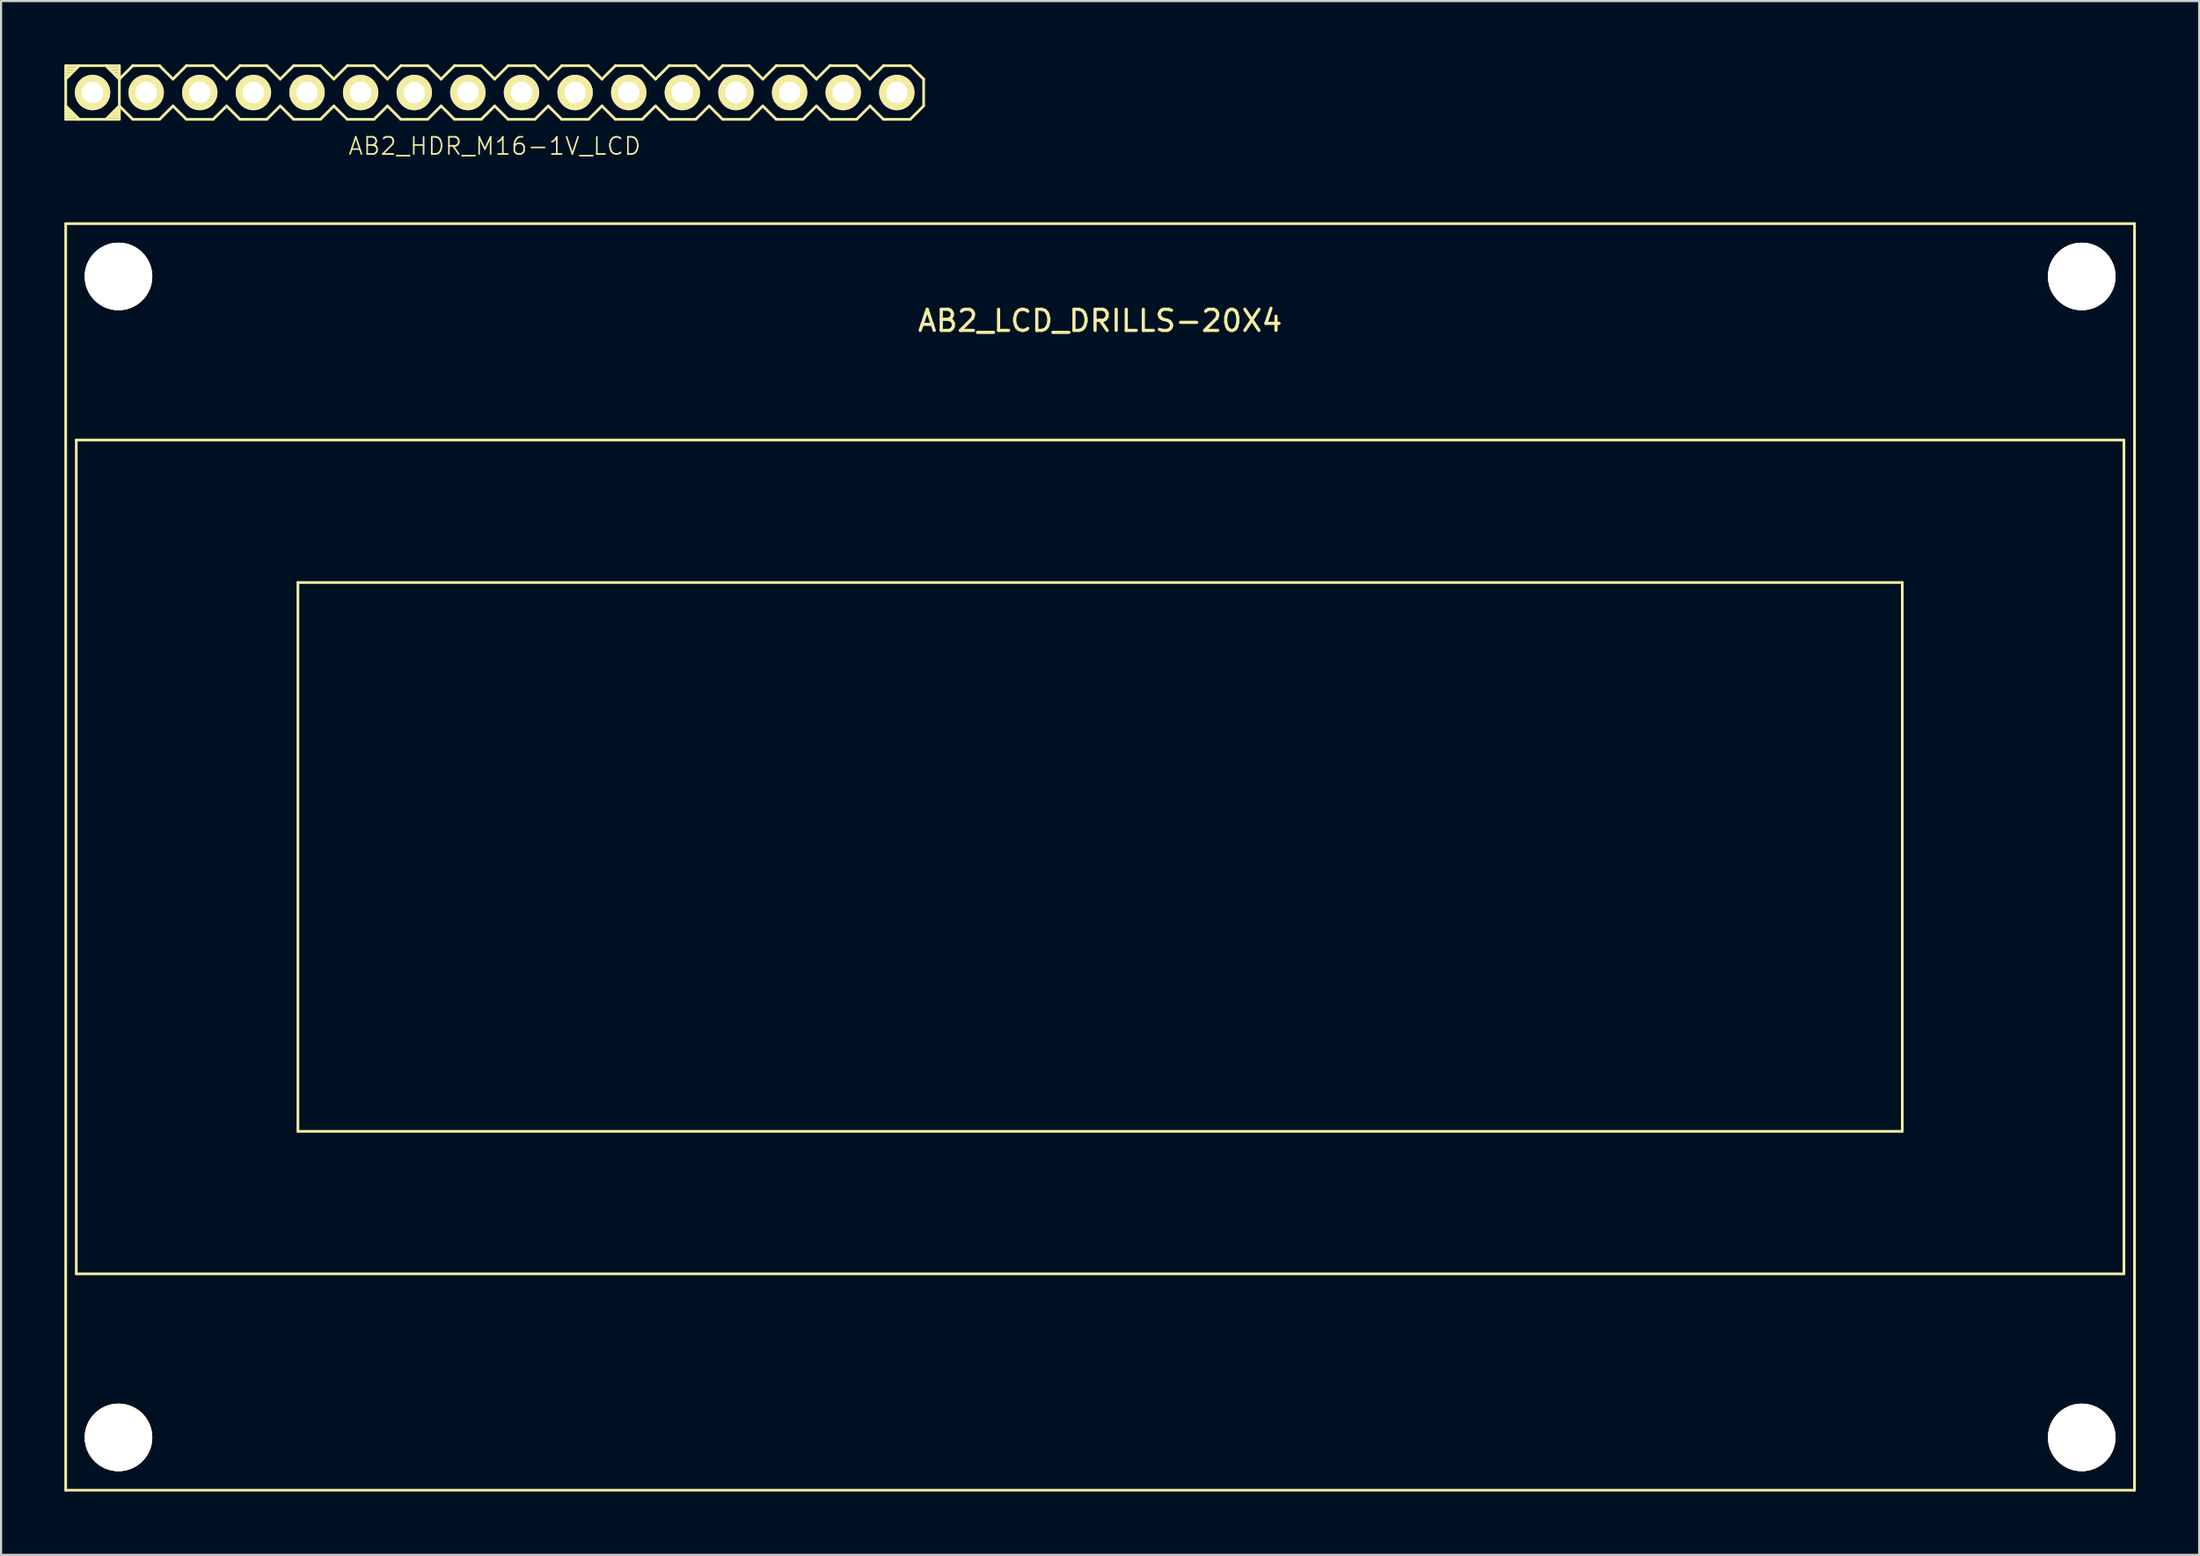
<source format=kicad_pcb>
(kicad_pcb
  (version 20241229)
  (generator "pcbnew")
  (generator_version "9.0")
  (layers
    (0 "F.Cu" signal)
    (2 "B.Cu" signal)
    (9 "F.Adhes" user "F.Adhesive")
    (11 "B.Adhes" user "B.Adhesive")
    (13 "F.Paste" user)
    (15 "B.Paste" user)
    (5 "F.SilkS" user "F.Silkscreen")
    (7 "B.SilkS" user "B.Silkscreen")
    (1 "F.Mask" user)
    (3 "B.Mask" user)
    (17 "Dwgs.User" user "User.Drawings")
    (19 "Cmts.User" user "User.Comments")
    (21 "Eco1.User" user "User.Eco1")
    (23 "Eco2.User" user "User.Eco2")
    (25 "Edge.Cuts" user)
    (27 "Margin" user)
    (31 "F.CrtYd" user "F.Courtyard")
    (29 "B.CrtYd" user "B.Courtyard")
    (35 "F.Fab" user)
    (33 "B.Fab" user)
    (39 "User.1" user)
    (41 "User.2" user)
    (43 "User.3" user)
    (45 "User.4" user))
  (footprint "AB2_HDR_M16-1V_LCD"
    (layer "F.Cu")
    (at 20.384 1.333)
    (property "Reference" "AB2_HDR_M16-1V_LCD" (at 0 2.54 0) (layer "F.SilkS") (effects (font (size 0.813 0.813) (thickness 0.076))))
    (attr through_hole)
    (fp_line (start -20.32 -1.27) (end -19.685 -1.27) (stroke (width 0.127) (type solid)) (layer "F.SilkS"))
    (fp_line (start -20.32 -1.143) (end -19.812 -1.143) (stroke (width 0.127) (type solid)) (layer "F.SilkS"))
    (fp_line (start -20.32 -1.016) (end -19.939 -1.016) (stroke (width 0.127) (type solid)) (layer "F.SilkS"))
    (fp_line (start -20.32 -0.889) (end -20.066 -0.889) (stroke (width 0.127) (type solid)) (layer "F.SilkS"))
    (fp_line (start -20.32 -0.762) (end -20.193 -0.762) (stroke (width 0.127) (type solid)) (layer "F.SilkS"))
    (fp_line (start -20.32 -0.635) (end -20.32 -1.27) (stroke (width 0.127) (type solid)) (layer "F.SilkS"))
    (fp_line (start -20.32 -0.635) (end -19.685 -1.27) (stroke (width 0.127) (type solid)) (layer "F.SilkS"))
    (fp_line (start -20.32 0.635) (end -20.32 -0.635) (stroke (width 0.127) (type solid)) (layer "F.SilkS"))
    (fp_line (start -20.32 0.635) (end -20.32 1.27) (stroke (width 0.127) (type solid)) (layer "F.SilkS"))
    (fp_line (start -20.32 0.762) (end -20.193 0.762) (stroke (width 0.127) (type solid)) (layer "F.SilkS"))
    (fp_line (start -20.32 0.889) (end -20.066 0.889) (stroke (width 0.127) (type solid)) (layer "F.SilkS"))
    (fp_line (start -20.32 1.016) (end -19.939 1.016) (stroke (width 0.127) (type solid)) (layer "F.SilkS"))
    (fp_line (start -20.32 1.143) (end -19.812 1.143) (stroke (width 0.127) (type solid)) (layer "F.SilkS"))
    (fp_line (start -20.32 1.27) (end -19.685 1.27) (stroke (width 0.127) (type solid)) (layer "F.SilkS"))
    (fp_line (start -19.685 -1.27) (end -18.415 -1.27) (stroke (width 0.127) (type solid)) (layer "F.SilkS"))
    (fp_line (start -19.685 1.27) (end -20.32 0.635) (stroke (width 0.127) (type solid)) (layer "F.SilkS"))
    (fp_line (start -18.415 -1.27) (end -17.78 -1.27) (stroke (width 0.127) (type solid)) (layer "F.SilkS"))
    (fp_line (start -18.415 -1.27) (end -17.78 -0.635) (stroke (width 0.127) (type solid)) (layer "F.SilkS"))
    (fp_line (start -18.415 1.27) (end -19.685 1.27) (stroke (width 0.127) (type solid)) (layer "F.SilkS"))
    (fp_line (start -18.288 1.143) (end -17.78 1.143) (stroke (width 0.127) (type solid)) (layer "F.SilkS"))
    (fp_line (start -18.161 1.016) (end -17.78 1.016) (stroke (width 0.127) (type solid)) (layer "F.SilkS"))
    (fp_line (start -18.034 0.889) (end -17.78 0.889) (stroke (width 0.127) (type solid)) (layer "F.SilkS"))
    (fp_line (start -17.907 0.762) (end -17.78 0.762) (stroke (width 0.127) (type solid)) (layer "F.SilkS"))
    (fp_line (start -17.78 -1.27) (end -17.78 -0.635) (stroke (width 0.127) (type solid)) (layer "F.SilkS"))
    (fp_line (start -17.78 -1.143) (end -18.288 -1.143) (stroke (width 0.127) (type solid)) (layer "F.SilkS"))
    (fp_line (start -17.78 -1.016) (end -18.161 -1.016) (stroke (width 0.127) (type solid)) (layer "F.SilkS"))
    (fp_line (start -17.78 -0.889) (end -18.034 -0.889) (stroke (width 0.127) (type solid)) (layer "F.SilkS"))
    (fp_line (start -17.78 -0.762) (end -17.907 -0.762) (stroke (width 0.127) (type solid)) (layer "F.SilkS"))
    (fp_line (start -17.78 -0.635) (end -17.78 0.635) (stroke (width 0.127) (type solid)) (layer "F.SilkS"))
    (fp_line (start -17.78 -0.635) (end -17.145 -1.27) (stroke (width 0.127) (type solid)) (layer "F.SilkS"))
    (fp_line (start -17.78 0.635) (end -18.415 1.27) (stroke (width 0.127) (type solid)) (layer "F.SilkS"))
    (fp_line (start -17.78 0.635) (end -17.78 1.27) (stroke (width 0.127) (type solid)) (layer "F.SilkS"))
    (fp_line (start -17.78 1.27) (end -18.415 1.27) (stroke (width 0.127) (type solid)) (layer "F.SilkS"))
    (fp_line (start -17.145 -1.27) (end -15.875 -1.27) (stroke (width 0.127) (type solid)) (layer "F.SilkS"))
    (fp_line (start -17.145 1.27) (end -17.78 0.635) (stroke (width 0.127) (type solid)) (layer "F.SilkS"))
    (fp_line (start -15.875 -1.27) (end -15.24 -0.635) (stroke (width 0.127) (type solid)) (layer "F.SilkS"))
    (fp_line (start -15.875 1.27) (end -17.145 1.27) (stroke (width 0.127) (type solid)) (layer "F.SilkS"))
    (fp_line (start -15.24 -0.635) (end -14.605 -1.27) (stroke (width 0.127) (type solid)) (layer "F.SilkS"))
    (fp_line (start -15.24 0.635) (end -15.875 1.27) (stroke (width 0.127) (type solid)) (layer "F.SilkS"))
    (fp_line (start -14.605 -1.27) (end -13.335 -1.27) (stroke (width 0.127) (type solid)) (layer "F.SilkS"))
    (fp_line (start -14.605 1.27) (end -15.24 0.635) (stroke (width 0.127) (type solid)) (layer "F.SilkS"))
    (fp_line (start -13.335 -1.27) (end -12.7 -0.635) (stroke (width 0.127) (type solid)) (layer "F.SilkS"))
    (fp_line (start -13.335 1.27) (end -14.605 1.27) (stroke (width 0.127) (type solid)) (layer "F.SilkS"))
    (fp_line (start -12.7 -0.635) (end -12.065 -1.27) (stroke (width 0.127) (type solid)) (layer "F.SilkS"))
    (fp_line (start -12.7 0.635) (end -13.335 1.27) (stroke (width 0.127) (type solid)) (layer "F.SilkS"))
    (fp_line (start -12.065 -1.27) (end -10.795 -1.27) (stroke (width 0.127) (type solid)) (layer "F.SilkS"))
    (fp_line (start -12.065 1.27) (end -12.7 0.635) (stroke (width 0.127) (type solid)) (layer "F.SilkS"))
    (fp_line (start -10.795 -1.27) (end -10.16 -0.635) (stroke (width 0.127) (type solid)) (layer "F.SilkS"))
    (fp_line (start -10.795 1.27) (end -12.065 1.27) (stroke (width 0.127) (type solid)) (layer "F.SilkS"))
    (fp_line (start -10.16 -0.635) (end -9.525 -1.27) (stroke (width 0.127) (type solid)) (layer "F.SilkS"))
    (fp_line (start -10.16 0.635) (end -10.795 1.27) (stroke (width 0.127) (type solid)) (layer "F.SilkS"))
    (fp_line (start -9.525 -1.27) (end -8.255 -1.27) (stroke (width 0.127) (type solid)) (layer "F.SilkS"))
    (fp_line (start -9.525 1.27) (end -10.16 0.635) (stroke (width 0.127) (type solid)) (layer "F.SilkS"))
    (fp_line (start -8.255 -1.27) (end -7.62 -0.635) (stroke (width 0.127) (type solid)) (layer "F.SilkS"))
    (fp_line (start -8.255 1.27) (end -9.525 1.27) (stroke (width 0.127) (type solid)) (layer "F.SilkS"))
    (fp_line (start -7.62 -0.635) (end -6.985 -1.27) (stroke (width 0.127) (type solid)) (layer "F.SilkS"))
    (fp_line (start -7.62 0.635) (end -8.255 1.27) (stroke (width 0.127) (type solid)) (layer "F.SilkS"))
    (fp_line (start -6.985 -1.27) (end -5.715 -1.27) (stroke (width 0.127) (type solid)) (layer "F.SilkS"))
    (fp_line (start -6.985 1.27) (end -7.62 0.635) (stroke (width 0.127) (type solid)) (layer "F.SilkS"))
    (fp_line (start -5.715 -1.27) (end -5.08 -0.635) (stroke (width 0.127) (type solid)) (layer "F.SilkS"))
    (fp_line (start -5.715 1.27) (end -6.985 1.27) (stroke (width 0.127) (type solid)) (layer "F.SilkS"))
    (fp_line (start -5.08 -0.635) (end -4.445 -1.27) (stroke (width 0.127) (type solid)) (layer "F.SilkS"))
    (fp_line (start -5.08 0.635) (end -5.715 1.27) (stroke (width 0.127) (type solid)) (layer "F.SilkS"))
    (fp_line (start -4.445 -1.27) (end -3.175 -1.27) (stroke (width 0.127) (type solid)) (layer "F.SilkS"))
    (fp_line (start -4.445 1.27) (end -5.08 0.635) (stroke (width 0.127) (type solid)) (layer "F.SilkS"))
    (fp_line (start -3.175 -1.27) (end -2.54 -0.635) (stroke (width 0.127) (type solid)) (layer "F.SilkS"))
    (fp_line (start -3.175 1.27) (end -4.445 1.27) (stroke (width 0.127) (type solid)) (layer "F.SilkS"))
    (fp_line (start -2.54 -0.635) (end -1.905 -1.27) (stroke (width 0.127) (type solid)) (layer "F.SilkS"))
    (fp_line (start -2.54 0.635) (end -3.175 1.27) (stroke (width 0.127) (type solid)) (layer "F.SilkS"))
    (fp_line (start -1.905 -1.27) (end -0.635 -1.27) (stroke (width 0.127) (type solid)) (layer "F.SilkS"))
    (fp_line (start -1.905 1.27) (end -2.54 0.635) (stroke (width 0.127) (type solid)) (layer "F.SilkS"))
    (fp_line (start -0.635 -1.27) (end 0 -0.635) (stroke (width 0.127) (type solid)) (layer "F.SilkS"))
    (fp_line (start -0.635 1.27) (end -1.905 1.27) (stroke (width 0.127) (type solid)) (layer "F.SilkS"))
    (fp_line (start 0 -0.635) (end 0.635 -1.27) (stroke (width 0.127) (type solid)) (layer "F.SilkS"))
    (fp_line (start 0 0.635) (end -0.635 1.27) (stroke (width 0.127) (type solid)) (layer "F.SilkS"))
    (fp_line (start 0.635 -1.27) (end 1.905 -1.27) (stroke (width 0.127) (type solid)) (layer "F.SilkS"))
    (fp_line (start 0.635 1.27) (end 0 0.635) (stroke (width 0.127) (type solid)) (layer "F.SilkS"))
    (fp_line (start 1.905 -1.27) (end 2.54 -0.635) (stroke (width 0.127) (type solid)) (layer "F.SilkS"))
    (fp_line (start 1.905 1.27) (end 0.635 1.27) (stroke (width 0.127) (type solid)) (layer "F.SilkS"))
    (fp_line (start 2.54 -0.635) (end 3.175 -1.27) (stroke (width 0.127) (type solid)) (layer "F.SilkS"))
    (fp_line (start 2.54 0.635) (end 1.905 1.27) (stroke (width 0.127) (type solid)) (layer "F.SilkS"))
    (fp_line (start 3.175 -1.27) (end 4.445 -1.27) (stroke (width 0.127) (type solid)) (layer "F.SilkS"))
    (fp_line (start 3.175 1.27) (end 2.54 0.635) (stroke (width 0.127) (type solid)) (layer "F.SilkS"))
    (fp_line (start 4.445 -1.27) (end 5.08 -0.635) (stroke (width 0.127) (type solid)) (layer "F.SilkS"))
    (fp_line (start 4.445 1.27) (end 3.175 1.27) (stroke (width 0.127) (type solid)) (layer "F.SilkS"))
    (fp_line (start 5.08 -0.635) (end 5.715 -1.27) (stroke (width 0.127) (type solid)) (layer "F.SilkS"))
    (fp_line (start 5.08 0.635) (end 4.445 1.27) (stroke (width 0.127) (type solid)) (layer "F.SilkS"))
    (fp_line (start 5.715 -1.27) (end 6.985 -1.27) (stroke (width 0.127) (type solid)) (layer "F.SilkS"))
    (fp_line (start 5.715 1.27) (end 5.08 0.635) (stroke (width 0.127) (type solid)) (layer "F.SilkS"))
    (fp_line (start 6.985 -1.27) (end 7.62 -0.635) (stroke (width 0.127) (type solid)) (layer "F.SilkS"))
    (fp_line (start 6.985 1.27) (end 5.715 1.27) (stroke (width 0.127) (type solid)) (layer "F.SilkS"))
    (fp_line (start 7.62 -0.635) (end 8.255 -1.27) (stroke (width 0.127) (type solid)) (layer "F.SilkS"))
    (fp_line (start 7.62 0.635) (end 6.985 1.27) (stroke (width 0.127) (type solid)) (layer "F.SilkS"))
    (fp_line (start 8.255 -1.27) (end 9.525 -1.27) (stroke (width 0.127) (type solid)) (layer "F.SilkS"))
    (fp_line (start 8.255 1.27) (end 7.62 0.635) (stroke (width 0.127) (type solid)) (layer "F.SilkS"))
    (fp_line (start 9.525 -1.27) (end 10.16 -0.635) (stroke (width 0.127) (type solid)) (layer "F.SilkS"))
    (fp_line (start 9.525 1.27) (end 8.255 1.27) (stroke (width 0.127) (type solid)) (layer "F.SilkS"))
    (fp_line (start 10.16 -0.635) (end 10.795 -1.27) (stroke (width 0.127) (type solid)) (layer "F.SilkS"))
    (fp_line (start 10.16 0.635) (end 9.525 1.27) (stroke (width 0.127) (type solid)) (layer "F.SilkS"))
    (fp_line (start 10.795 -1.27) (end 12.065 -1.27) (stroke (width 0.127) (type solid)) (layer "F.SilkS"))
    (fp_line (start 10.795 1.27) (end 10.16 0.635) (stroke (width 0.127) (type solid)) (layer "F.SilkS"))
    (fp_line (start 12.065 -1.27) (end 12.7 -0.635) (stroke (width 0.127) (type solid)) (layer "F.SilkS"))
    (fp_line (start 12.065 1.27) (end 10.795 1.27) (stroke (width 0.127) (type solid)) (layer "F.SilkS"))
    (fp_line (start 12.7 -0.635) (end 13.335 -1.27) (stroke (width 0.127) (type solid)) (layer "F.SilkS"))
    (fp_line (start 12.7 0.635) (end 12.065 1.27) (stroke (width 0.127) (type solid)) (layer "F.SilkS"))
    (fp_line (start 13.335 -1.27) (end 14.605 -1.27) (stroke (width 0.127) (type solid)) (layer "F.SilkS"))
    (fp_line (start 13.335 1.27) (end 12.7 0.635) (stroke (width 0.127) (type solid)) (layer "F.SilkS"))
    (fp_line (start 14.605 -1.27) (end 15.24 -0.635) (stroke (width 0.127) (type solid)) (layer "F.SilkS"))
    (fp_line (start 14.605 1.27) (end 13.335 1.27) (stroke (width 0.127) (type solid)) (layer "F.SilkS"))
    (fp_line (start 15.24 -0.635) (end 15.875 -1.27) (stroke (width 0.127) (type solid)) (layer "F.SilkS"))
    (fp_line (start 15.24 0.635) (end 14.605 1.27) (stroke (width 0.127) (type solid)) (layer "F.SilkS"))
    (fp_line (start 15.875 -1.27) (end 17.145 -1.27) (stroke (width 0.127) (type solid)) (layer "F.SilkS"))
    (fp_line (start 15.875 1.27) (end 15.24 0.635) (stroke (width 0.127) (type solid)) (layer "F.SilkS"))
    (fp_line (start 17.145 -1.27) (end 17.78 -0.635) (stroke (width 0.127) (type solid)) (layer "F.SilkS"))
    (fp_line (start 17.145 1.27) (end 15.875 1.27) (stroke (width 0.127) (type solid)) (layer "F.SilkS"))
    (fp_line (start 17.78 -0.635) (end 18.415 -1.27) (stroke (width 0.127) (type solid)) (layer "F.SilkS"))
    (fp_line (start 17.78 0.635) (end 17.145 1.27) (stroke (width 0.127) (type solid)) (layer "F.SilkS"))
    (fp_line (start 18.415 -1.27) (end 19.685 -1.27) (stroke (width 0.127) (type solid)) (layer "F.SilkS"))
    (fp_line (start 18.415 1.27) (end 17.78 0.635) (stroke (width 0.127) (type solid)) (layer "F.SilkS"))
    (fp_line (start 19.685 -1.27) (end 20.32 -0.635) (stroke (width 0.127) (type solid)) (layer "F.SilkS"))
    (fp_line (start 19.685 1.27) (end 18.415 1.27) (stroke (width 0.127) (type solid)) (layer "F.SilkS"))
    (fp_line (start 20.32 -0.635) (end 20.32 0.635) (stroke (width 0.127) (type solid)) (layer "F.SilkS"))
    (fp_line (start 20.32 0.635) (end 19.685 1.27) (stroke (width 0.127) (type solid)) (layer "F.SilkS"))
    (pad "1" thru_hole circle (at -19.05 0) (size 1.676 1.676) (drill 1.016) (layers "*.Cu" "*.Mask" "F.SilkS"))
    (pad "2" thru_hole circle (at -16.51 0) (size 1.676 1.676) (drill 1.016) (layers "*.Cu" "*.Mask" "F.SilkS"))
    (pad "3" thru_hole circle (at -13.97 0) (size 1.676 1.676) (drill 1.016) (layers "*.Cu" "*.Mask" "F.SilkS"))
    (pad "4" thru_hole circle (at -11.43 0) (size 1.676 1.676) (drill 1.016) (layers "*.Cu" "*.Mask" "F.SilkS"))
    (pad "5" thru_hole circle (at -8.89 0) (size 1.676 1.676) (drill 1.016) (layers "*.Cu" "*.Mask" "F.SilkS"))
    (pad "6" thru_hole circle (at -6.35 0) (size 1.676 1.676) (drill 1.016) (layers "*.Cu" "*.Mask" "F.SilkS"))
    (pad "7" thru_hole circle (at -3.81 0) (size 1.676 1.676) (drill 1.016) (layers "*.Cu" "*.Mask" "F.SilkS"))
    (pad "8" thru_hole circle (at -1.27 0) (size 1.676 1.676) (drill 1.016) (layers "*.Cu" "*.Mask" "F.SilkS"))
    (pad "9" thru_hole circle (at 1.27 0) (size 1.676 1.676) (drill 1.016) (layers "*.Cu" "*.Mask" "F.SilkS"))
    (pad "10" thru_hole circle (at 3.81 0) (size 1.676 1.676) (drill 1.016) (layers "*.Cu" "*.Mask" "F.SilkS"))
    (pad "11" thru_hole circle (at 6.35 0) (size 1.676 1.676) (drill 1.016) (layers "*.Cu" "*.Mask" "F.SilkS"))
    (pad "12" thru_hole circle (at 8.89 0) (size 1.676 1.676) (drill 1.016) (layers "*.Cu" "*.Mask" "F.SilkS"))
    (pad "13" thru_hole circle (at 11.43 0) (size 1.676 1.676) (drill 1.016) (layers "*.Cu" "*.Mask" "F.SilkS"))
    (pad "14" thru_hole circle (at 13.97 0) (size 1.676 1.676) (drill 1.016) (layers "*.Cu" "*.Mask" "F.SilkS"))
    (pad "15" thru_hole circle (at 16.51 0) (size 1.676 1.676) (drill 1.016) (layers "*.Cu" "*.Mask" "F.SilkS"))
    (pad "16" thru_hole circle (at 19.05 0) (size 1.676 1.676) (drill 1.016) (layers "*.Cu" "*.Mask" "F.SilkS")))
  (footprint "AB2_LCD_DRILLS-20X4"
    (layer "F.Cu")
    (at 49.063 37.546)
    (property "Reference" "AB2_LCD_DRILLS-20X4" (at 0 -25.4 0) (layer "F.SilkS") (effects (font (size 1 1) (thickness 0.15))))
    (attr through_hole)
    (fp_line (start -49 -30) (end 49 -30) (stroke (width 0.127) (type solid)) (layer "F.SilkS"))
    (fp_line (start -49 30) (end -49 -30) (stroke (width 0.127) (type solid)) (layer "F.SilkS"))
    (fp_line (start -48.5 -19.75) (end 48.5 -19.75) (stroke (width 0.127) (type solid)) (layer "F.SilkS"))
    (fp_line (start -48.5 19.75) (end -48.5 -19.75) (stroke (width 0.127) (type solid)) (layer "F.SilkS"))
    (fp_line (start -38 -13) (end 38 -13) (stroke (width 0.127) (type solid)) (layer "F.SilkS"))
    (fp_line (start -38 13) (end -38 -13) (stroke (width 0.127) (type solid)) (layer "F.SilkS"))
    (fp_line (start 38 -13) (end 38 13) (stroke (width 0.127) (type solid)) (layer "F.SilkS"))
    (fp_line (start 38 13) (end -38 13) (stroke (width 0.127) (type solid)) (layer "F.SilkS"))
    (fp_line (start 48.5 -19.75) (end 48.5 19.75) (stroke (width 0.127) (type solid)) (layer "F.SilkS"))
    (fp_line (start 48.5 19.75) (end -48.5 19.75) (stroke (width 0.127) (type solid)) (layer "F.SilkS"))
    (fp_line (start 49 -30) (end 49 30) (stroke (width 0.127) (type solid)) (layer "F.SilkS"))
    (fp_line (start 49 30) (end -49 30) (stroke (width 0.127) (type solid)) (layer "F.SilkS"))
    (pad "1" thru_hole circle (at -46.5 -27.5) (size 3.2 3.2) (drill 3.2) (layers "*.Cu" "*.Mask" "F.SilkS"))
    (pad "1" thru_hole circle (at -46.5 27.5) (size 3.2 3.2) (drill 3.2) (layers "*.Cu" "*.Mask" "F.SilkS"))
    (pad "1" thru_hole circle (at 46.5 -27.5) (size 3.2 3.2) (drill 3.2) (layers "*.Cu" "*.Mask" "F.SilkS"))
    (pad "1" thru_hole circle (at 46.5 27.5) (size 3.2 3.2) (drill 3.2) (layers "*.Cu" "*.Mask" "F.SilkS")))
  (gr_rect
    (start -3 -3)
    (end 101.127 70.61)
    (stroke (width 0.1) (type default))
    (fill no)
    (layer "Edge.Cuts")))
</source>
